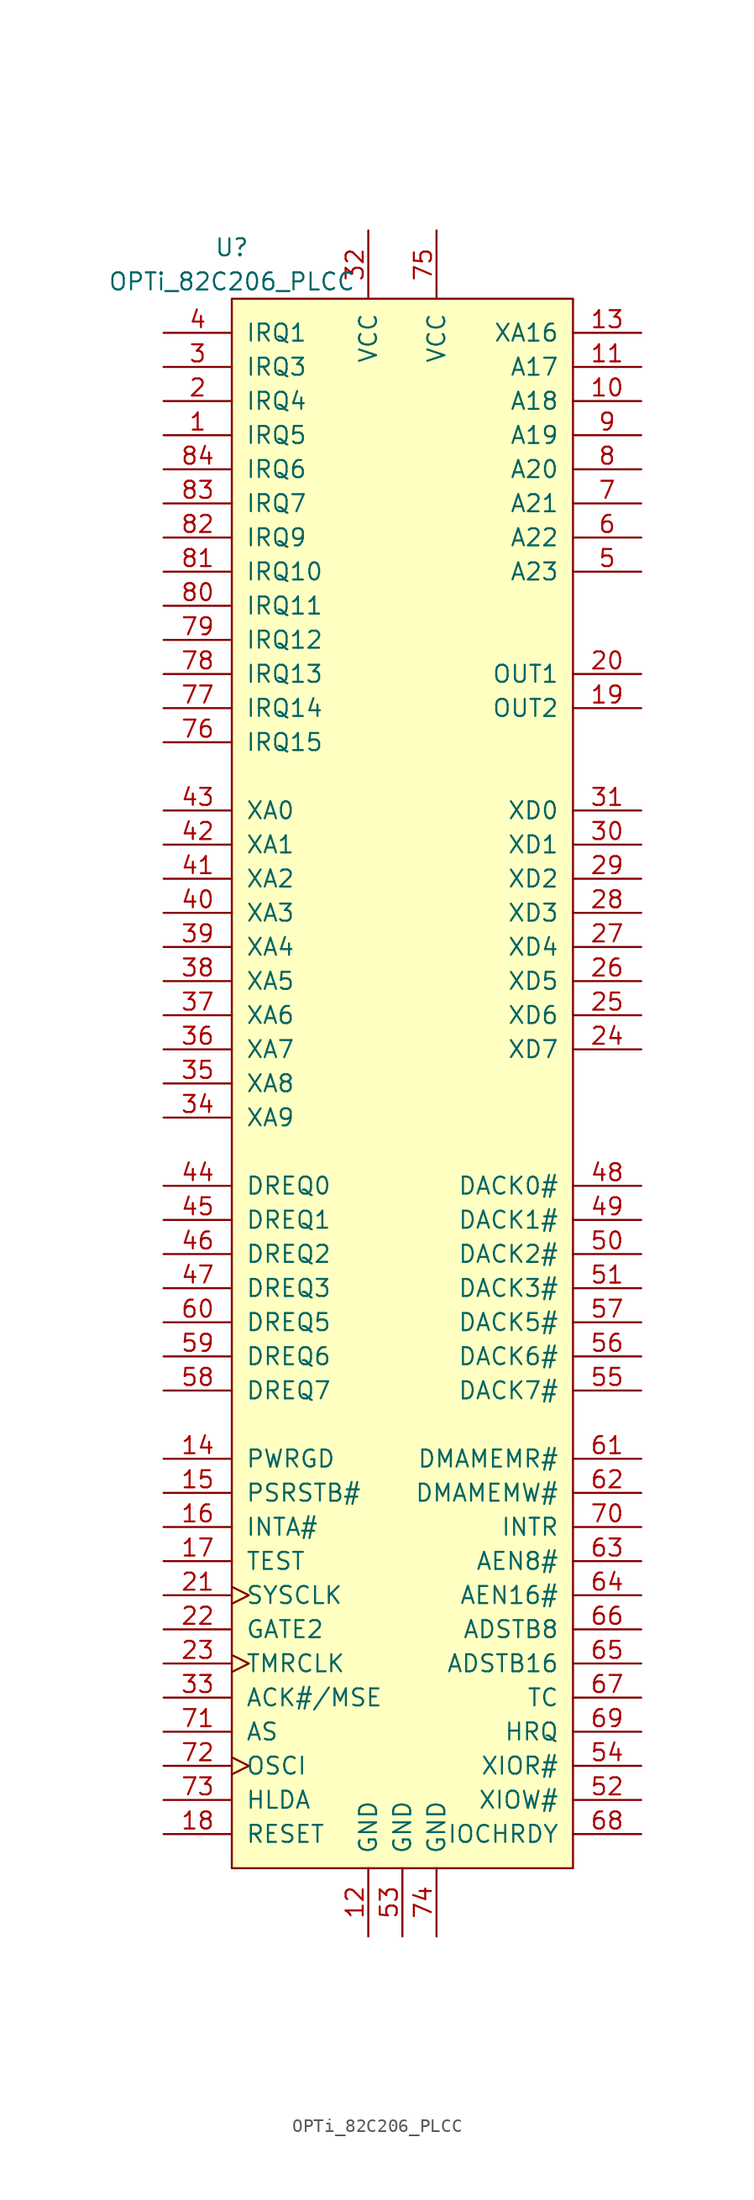
<source format=kicad_sym>
(kicad_symbol_lib
  (version 20211014)
  (generator kicad_symbol_editor)
  (symbol "OPTi_82C206_PLCC"
    (pin_names
      (offset 1.016))
    (property "Reference" "U"
      (at -12.7 62.23 0)
      (effects (font (size 1.27 1.27))))
    (property "Value" "OPTi_82C206_PLCC"
      (at -12.7 59.69 0)
      (effects (font (size 1.27 1.27))))
    (symbol "OPTi_82C206_PLCC_0_1"
      (rectangle (start -12.7 58.42) (end 12.7 -58.42) (stroke (width 0) (type default) (color 0 0 0 0)) (fill (type background))))
    (symbol "OPTi_82C206_PLCC_1_1"
      (pin input line (at -17.78 48.26 0) (length 5.08) (name "IRQ5" (effects (font (size 1.27 1.27)))) (number "1" (effects (font (size 1.27 1.27)))))
      (pin output line (at 17.78 50.8 180) (length 5.08) (name "A18" (effects (font (size 1.27 1.27)))) (number "10" (effects (font (size 1.27 1.27)))))
      (pin output line (at 17.78 53.34 180) (length 5.08) (name "A17" (effects (font (size 1.27 1.27)))) (number "11" (effects (font (size 1.27 1.27)))))
      (pin power_in line (at -2.54 -63.5 90) (length 5.08) (name "GND" (effects (font (size 1.27 1.27)))) (number "12" (effects (font (size 1.27 1.27)))))
      (pin output line (at 17.78 55.88 180) (length 5.08) (name "XA16" (effects (font (size 1.27 1.27)))) (number "13" (effects (font (size 1.27 1.27)))))
      (pin input line (at -17.78 -27.94 0) (length 5.08) (name "PWRGD" (effects (font (size 1.27 1.27)))) (number "14" (effects (font (size 1.27 1.27)))))
      (pin input line (at -17.78 -30.48 0) (length 5.08) (name "PSRSTB#" (effects (font (size 1.27 1.27)))) (number "15" (effects (font (size 1.27 1.27)))))
      (pin input line (at -17.78 -33.02 0) (length 5.08) (name "INTA#" (effects (font (size 1.27 1.27)))) (number "16" (effects (font (size 1.27 1.27)))))
      (pin input line (at -17.78 -35.56 0) (length 5.08) (name "TEST" (effects (font (size 1.27 1.27)))) (number "17" (effects (font (size 1.27 1.27)))))
      (pin input line (at -17.78 -55.88 0) (length 5.08) (name "RESET" (effects (font (size 1.27 1.27)))) (number "18" (effects (font (size 1.27 1.27)))))
      (pin output line (at 17.78 27.94 180) (length 5.08) (name "OUT2" (effects (font (size 1.27 1.27)))) (number "19" (effects (font (size 1.27 1.27)))))
      (pin input line (at -17.78 50.8 0) (length 5.08) (name "IRQ4" (effects (font (size 1.27 1.27)))) (number "2" (effects (font (size 1.27 1.27)))))
      (pin output line (at 17.78 30.48 180) (length 5.08) (name "OUT1" (effects (font (size 1.27 1.27)))) (number "20" (effects (font (size 1.27 1.27)))))
      (pin input clock (at -17.78 -38.1 0) (length 5.08) (name "SYSCLK" (effects (font (size 1.27 1.27)))) (number "21" (effects (font (size 1.27 1.27)))))
      (pin input line (at -17.78 -40.64 0) (length 5.08) (name "GATE2" (effects (font (size 1.27 1.27)))) (number "22" (effects (font (size 1.27 1.27)))))
      (pin input clock (at -17.78 -43.18 0) (length 5.08) (name "TMRCLK" (effects (font (size 1.27 1.27)))) (number "23" (effects (font (size 1.27 1.27)))))
      (pin bidirectional line (at 17.78 2.54 180) (length 5.08) (name "XD7" (effects (font (size 1.27 1.27)))) (number "24" (effects (font (size 1.27 1.27)))))
      (pin bidirectional line (at 17.78 5.08 180) (length 5.08) (name "XD6" (effects (font (size 1.27 1.27)))) (number "25" (effects (font (size 1.27 1.27)))))
      (pin bidirectional line (at 17.78 7.62 180) (length 5.08) (name "XD5" (effects (font (size 1.27 1.27)))) (number "26" (effects (font (size 1.27 1.27)))))
      (pin bidirectional line (at 17.78 10.16 180) (length 5.08) (name "XD4" (effects (font (size 1.27 1.27)))) (number "27" (effects (font (size 1.27 1.27)))))
      (pin bidirectional line (at 17.78 12.7 180) (length 5.08) (name "XD3" (effects (font (size 1.27 1.27)))) (number "28" (effects (font (size 1.27 1.27)))))
      (pin bidirectional line (at 17.78 15.24 180) (length 5.08) (name "XD2" (effects (font (size 1.27 1.27)))) (number "29" (effects (font (size 1.27 1.27)))))
      (pin input line (at -17.78 53.34 0) (length 5.08) (name "IRQ3" (effects (font (size 1.27 1.27)))) (number "3" (effects (font (size 1.27 1.27)))))
      (pin bidirectional line (at 17.78 17.78 180) (length 5.08) (name "XD1" (effects (font (size 1.27 1.27)))) (number "30" (effects (font (size 1.27 1.27)))))
      (pin bidirectional line (at 17.78 20.32 180) (length 5.08) (name "XD0" (effects (font (size 1.27 1.27)))) (number "31" (effects (font (size 1.27 1.27)))))
      (pin power_in line (at -2.54 63.5 270) (length 5.08) (name "VCC" (effects (font (size 1.27 1.27)))) (number "32" (effects (font (size 1.27 1.27)))))
      (pin input line (at -17.78 -45.72 0) (length 5.08) (name "ACK#/MSE" (effects (font (size 1.27 1.27)))) (number "33" (effects (font (size 1.27 1.27)))))
      (pin input line (at -17.78 -2.54 0) (length 5.08) (name "XA9" (effects (font (size 1.27 1.27)))) (number "34" (effects (font (size 1.27 1.27)))))
      (pin bidirectional line (at -17.78 0 0) (length 5.08) (name "XA8" (effects (font (size 1.27 1.27)))) (number "35" (effects (font (size 1.27 1.27)))))
      (pin bidirectional line (at -17.78 2.54 0) (length 5.08) (name "XA7" (effects (font (size 1.27 1.27)))) (number "36" (effects (font (size 1.27 1.27)))))
      (pin bidirectional line (at -17.78 5.08 0) (length 5.08) (name "XA6" (effects (font (size 1.27 1.27)))) (number "37" (effects (font (size 1.27 1.27)))))
      (pin bidirectional line (at -17.78 7.62 0) (length 5.08) (name "XA5" (effects (font (size 1.27 1.27)))) (number "38" (effects (font (size 1.27 1.27)))))
      (pin bidirectional line (at -17.78 10.16 0) (length 5.08) (name "XA4" (effects (font (size 1.27 1.27)))) (number "39" (effects (font (size 1.27 1.27)))))
      (pin input line (at -17.78 55.88 0) (length 5.08) (name "IRQ1" (effects (font (size 1.27 1.27)))) (number "4" (effects (font (size 1.27 1.27)))))
      (pin bidirectional line (at -17.78 12.7 0) (length 5.08) (name "XA3" (effects (font (size 1.27 1.27)))) (number "40" (effects (font (size 1.27 1.27)))))
      (pin bidirectional line (at -17.78 15.24 0) (length 5.08) (name "XA2" (effects (font (size 1.27 1.27)))) (number "41" (effects (font (size 1.27 1.27)))))
      (pin bidirectional line (at -17.78 17.78 0) (length 5.08) (name "XA1" (effects (font (size 1.27 1.27)))) (number "42" (effects (font (size 1.27 1.27)))))
      (pin bidirectional line (at -17.78 20.32 0) (length 5.08) (name "XA0" (effects (font (size 1.27 1.27)))) (number "43" (effects (font (size 1.27 1.27)))))
      (pin input line (at -17.78 -7.62 0) (length 5.08) (name "DREQ0" (effects (font (size 1.27 1.27)))) (number "44" (effects (font (size 1.27 1.27)))))
      (pin input line (at -17.78 -10.16 0) (length 5.08) (name "DREQ1" (effects (font (size 1.27 1.27)))) (number "45" (effects (font (size 1.27 1.27)))))
      (pin input line (at -17.78 -12.7 0) (length 5.08) (name "DREQ2" (effects (font (size 1.27 1.27)))) (number "46" (effects (font (size 1.27 1.27)))))
      (pin input line (at -17.78 -15.24 0) (length 5.08) (name "DREQ3" (effects (font (size 1.27 1.27)))) (number "47" (effects (font (size 1.27 1.27)))))
      (pin output line (at 17.78 -7.62 180) (length 5.08) (name "DACK0#" (effects (font (size 1.27 1.27)))) (number "48" (effects (font (size 1.27 1.27)))))
      (pin output line (at 17.78 -10.16 180) (length 5.08) (name "DACK1#" (effects (font (size 1.27 1.27)))) (number "49" (effects (font (size 1.27 1.27)))))
      (pin output line (at 17.78 38.1 180) (length 5.08) (name "A23" (effects (font (size 1.27 1.27)))) (number "5" (effects (font (size 1.27 1.27)))))
      (pin output line (at 17.78 -12.7 180) (length 5.08) (name "DACK2#" (effects (font (size 1.27 1.27)))) (number "50" (effects (font (size 1.27 1.27)))))
      (pin output line (at 17.78 -15.24 180) (length 5.08) (name "DACK3#" (effects (font (size 1.27 1.27)))) (number "51" (effects (font (size 1.27 1.27)))))
      (pin bidirectional line (at 17.78 -53.34 180) (length 5.08) (name "XIOW#" (effects (font (size 1.27 1.27)))) (number "52" (effects (font (size 1.27 1.27)))))
      (pin power_in line (at 0 -63.5 90) (length 5.08) (name "GND" (effects (font (size 1.27 1.27)))) (number "53" (effects (font (size 1.27 1.27)))))
      (pin bidirectional line (at 17.78 -50.8 180) (length 5.08) (name "XIOR#" (effects (font (size 1.27 1.27)))) (number "54" (effects (font (size 1.27 1.27)))))
      (pin output line (at 17.78 -22.86 180) (length 5.08) (name "DACK7#" (effects (font (size 1.27 1.27)))) (number "55" (effects (font (size 1.27 1.27)))))
      (pin output line (at 17.78 -20.32 180) (length 5.08) (name "DACK6#" (effects (font (size 1.27 1.27)))) (number "56" (effects (font (size 1.27 1.27)))))
      (pin output line (at 17.78 -17.78 180) (length 5.08) (name "DACK5#" (effects (font (size 1.27 1.27)))) (number "57" (effects (font (size 1.27 1.27)))))
      (pin input line (at -17.78 -22.86 0) (length 5.08) (name "DREQ7" (effects (font (size 1.27 1.27)))) (number "58" (effects (font (size 1.27 1.27)))))
      (pin input line (at -17.78 -20.32 0) (length 5.08) (name "DREQ6" (effects (font (size 1.27 1.27)))) (number "59" (effects (font (size 1.27 1.27)))))
      (pin output line (at 17.78 40.64 180) (length 5.08) (name "A22" (effects (font (size 1.27 1.27)))) (number "6" (effects (font (size 1.27 1.27)))))
      (pin input line (at -17.78 -17.78 0) (length 5.08) (name "DREQ5" (effects (font (size 1.27 1.27)))) (number "60" (effects (font (size 1.27 1.27)))))
      (pin output line (at 17.78 -27.94 180) (length 5.08) (name "DMAMEMR#" (effects (font (size 1.27 1.27)))) (number "61" (effects (font (size 1.27 1.27)))))
      (pin output line (at 17.78 -30.48 180) (length 5.08) (name "DMAMEMW#" (effects (font (size 1.27 1.27)))) (number "62" (effects (font (size 1.27 1.27)))))
      (pin output line (at 17.78 -35.56 180) (length 5.08) (name "AEN8#" (effects (font (size 1.27 1.27)))) (number "63" (effects (font (size 1.27 1.27)))))
      (pin output line (at 17.78 -38.1 180) (length 5.08) (name "AEN16#" (effects (font (size 1.27 1.27)))) (number "64" (effects (font (size 1.27 1.27)))))
      (pin output line (at 17.78 -43.18 180) (length 5.08) (name "ADSTB16" (effects (font (size 1.27 1.27)))) (number "65" (effects (font (size 1.27 1.27)))))
      (pin output line (at 17.78 -40.64 180) (length 5.08) (name "ADSTB8" (effects (font (size 1.27 1.27)))) (number "66" (effects (font (size 1.27 1.27)))))
      (pin output line (at 17.78 -45.72 180) (length 5.08) (name "TC" (effects (font (size 1.27 1.27)))) (number "67" (effects (font (size 1.27 1.27)))))
      (pin bidirectional line (at 17.78 -55.88 180) (length 5.08) (name "IOCHRDY" (effects (font (size 1.27 1.27)))) (number "68" (effects (font (size 1.27 1.27)))))
      (pin output line (at 17.78 -48.26 180) (length 5.08) (name "HRQ" (effects (font (size 1.27 1.27)))) (number "69" (effects (font (size 1.27 1.27)))))
      (pin output line (at 17.78 43.18 180) (length 5.08) (name "A21" (effects (font (size 1.27 1.27)))) (number "7" (effects (font (size 1.27 1.27)))))
      (pin output line (at 17.78 -33.02 180) (length 5.08) (name "INTR" (effects (font (size 1.27 1.27)))) (number "70" (effects (font (size 1.27 1.27)))))
      (pin input line (at -17.78 -48.26 0) (length 5.08) (name "AS" (effects (font (size 1.27 1.27)))) (number "71" (effects (font (size 1.27 1.27)))))
      (pin input clock (at -17.78 -50.8 0) (length 5.08) (name "OSCI" (effects (font (size 1.27 1.27)))) (number "72" (effects (font (size 1.27 1.27)))))
      (pin input line (at -17.78 -53.34 0) (length 5.08) (name "HLDA" (effects (font (size 1.27 1.27)))) (number "73" (effects (font (size 1.27 1.27)))))
      (pin power_in line (at 2.54 -63.5 90) (length 5.08) (name "GND" (effects (font (size 1.27 1.27)))) (number "74" (effects (font (size 1.27 1.27)))))
      (pin power_in line (at 2.54 63.5 270) (length 5.08) (name "VCC" (effects (font (size 1.27 1.27)))) (number "75" (effects (font (size 1.27 1.27)))))
      (pin input line (at -17.78 25.4 0) (length 5.08) (name "IRQ15" (effects (font (size 1.27 1.27)))) (number "76" (effects (font (size 1.27 1.27)))))
      (pin input line (at -17.78 27.94 0) (length 5.08) (name "IRQ14" (effects (font (size 1.27 1.27)))) (number "77" (effects (font (size 1.27 1.27)))))
      (pin input line (at -17.78 30.48 0) (length 5.08) (name "IRQ13" (effects (font (size 1.27 1.27)))) (number "78" (effects (font (size 1.27 1.27)))))
      (pin input line (at -17.78 33.02 0) (length 5.08) (name "IRQ12" (effects (font (size 1.27 1.27)))) (number "79" (effects (font (size 1.27 1.27)))))
      (pin output line (at 17.78 45.72 180) (length 5.08) (name "A20" (effects (font (size 1.27 1.27)))) (number "8" (effects (font (size 1.27 1.27)))))
      (pin input line (at -17.78 35.56 0) (length 5.08) (name "IRQ11" (effects (font (size 1.27 1.27)))) (number "80" (effects (font (size 1.27 1.27)))))
      (pin input line (at -17.78 38.1 0) (length 5.08) (name "IRQ10" (effects (font (size 1.27 1.27)))) (number "81" (effects (font (size 1.27 1.27)))))
      (pin input line (at -17.78 40.64 0) (length 5.08) (name "IRQ9" (effects (font (size 1.27 1.27)))) (number "82" (effects (font (size 1.27 1.27)))))
      (pin input line (at -17.78 43.18 0) (length 5.08) (name "IRQ7" (effects (font (size 1.27 1.27)))) (number "83" (effects (font (size 1.27 1.27)))))
      (pin input line (at -17.78 45.72 0) (length 5.08) (name "IRQ6" (effects (font (size 1.27 1.27)))) (number "84" (effects (font (size 1.27 1.27)))))
      (pin output line (at 17.78 48.26 180) (length 5.08) (name "A19" (effects (font (size 1.27 1.27)))) (number "9" (effects (font (size 1.27 1.27))))))))
</source>
